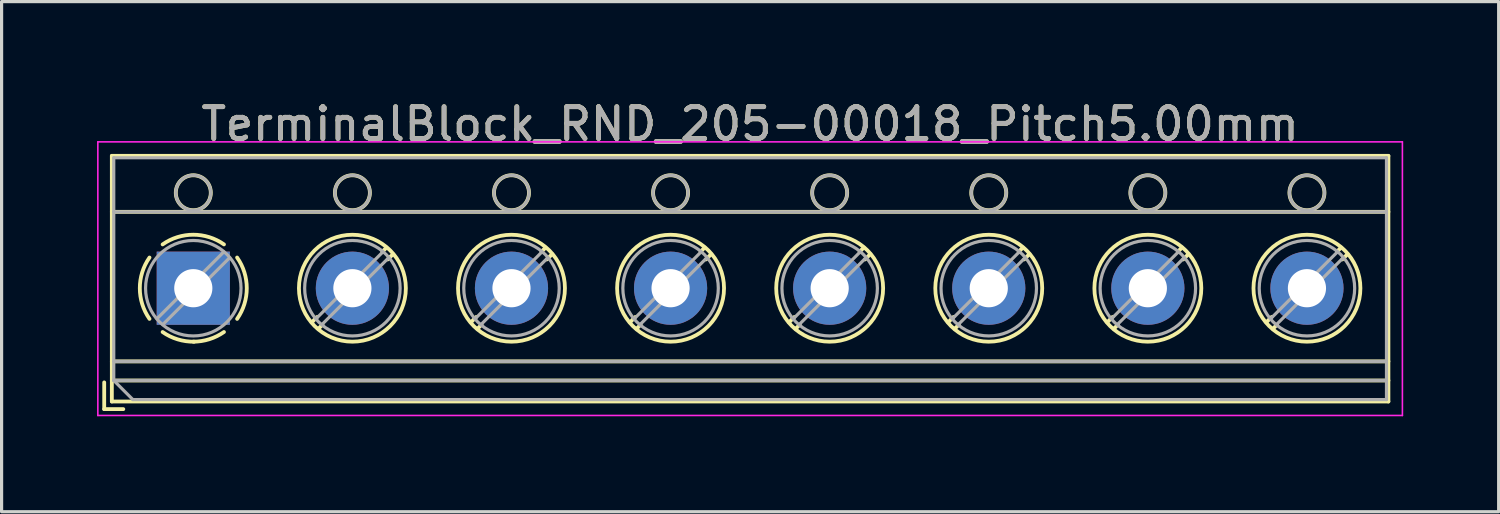
<source format=kicad_pcb>
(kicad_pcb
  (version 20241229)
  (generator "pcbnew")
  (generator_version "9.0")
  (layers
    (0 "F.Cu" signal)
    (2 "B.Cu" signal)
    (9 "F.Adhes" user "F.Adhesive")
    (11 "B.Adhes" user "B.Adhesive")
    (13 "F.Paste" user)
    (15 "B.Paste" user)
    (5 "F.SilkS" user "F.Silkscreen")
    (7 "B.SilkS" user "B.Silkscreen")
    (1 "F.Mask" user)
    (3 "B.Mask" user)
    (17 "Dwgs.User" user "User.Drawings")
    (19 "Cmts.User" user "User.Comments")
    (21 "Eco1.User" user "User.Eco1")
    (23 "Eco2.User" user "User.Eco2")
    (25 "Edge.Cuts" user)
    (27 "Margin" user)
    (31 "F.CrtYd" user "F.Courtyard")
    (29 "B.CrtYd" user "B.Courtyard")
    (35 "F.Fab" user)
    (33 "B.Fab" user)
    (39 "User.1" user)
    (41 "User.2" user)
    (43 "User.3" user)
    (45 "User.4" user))
  (footprint "TerminalBlock_RND_205-00018_Pitch5.00mm"
    (layer "F.Cu")
    (at 3.025 6.008)
    (property "Reference" "TerminalBlock_RND_205-00018_Pitch5.00mm" (at 17.5 -5.16 0) (layer "F.SilkS") (effects (font (size 1 1) (thickness 0.15))))
    (attr through_hole)
    (fp_line (start -2.8 2.96) (end -2.8 3.8) (stroke (width 0.12) (type solid)) (layer "F.SilkS"))
    (fp_line (start -2.8 3.8) (end -2.2 3.8) (stroke (width 0.12) (type solid)) (layer "F.SilkS"))
    (fp_line (start -2.56 -4.16) (end -2.56 3.56) (stroke (width 0.12) (type solid)) (layer "F.SilkS"))
    (fp_line (start -2.56 -2.4) (end 37.56 -2.4) (stroke (width 0.12) (type solid)) (layer "F.SilkS"))
    (fp_line (start -2.56 2.3) (end 37.56 2.3) (stroke (width 0.12) (type solid)) (layer "F.SilkS"))
    (fp_line (start -2.56 2.9) (end 37.56 2.9) (stroke (width 0.12) (type solid)) (layer "F.SilkS"))
    (fp_line (start -2.56 3.56) (end 37.56 3.56) (stroke (width 0.12) (type solid)) (layer "F.SilkS"))
    (fp_line (start 3.89 0.905) (end 3.726 1.069) (stroke (width 0.12) (type solid)) (layer "F.SilkS"))
    (fp_line (start 4.06 1.146) (end 3.931 1.274) (stroke (width 0.12) (type solid)) (layer "F.SilkS"))
    (fp_line (start 6.07 -1.275) (end 5.941 -1.146) (stroke (width 0.12) (type solid)) (layer "F.SilkS"))
    (fp_line (start 6.275 -1.069) (end 6.111 -0.905) (stroke (width 0.12) (type solid)) (layer "F.SilkS"))
    (fp_line (start 8.89 0.905) (end 8.726 1.069) (stroke (width 0.12) (type solid)) (layer "F.SilkS"))
    (fp_line (start 9.06 1.146) (end 8.931 1.274) (stroke (width 0.12) (type solid)) (layer "F.SilkS"))
    (fp_line (start 11.07 -1.275) (end 10.941 -1.146) (stroke (width 0.12) (type solid)) (layer "F.SilkS"))
    (fp_line (start 11.275 -1.069) (end 11.111 -0.905) (stroke (width 0.12) (type solid)) (layer "F.SilkS"))
    (fp_line (start 13.89 0.905) (end 13.726 1.069) (stroke (width 0.12) (type solid)) (layer "F.SilkS"))
    (fp_line (start 14.06 1.146) (end 13.931 1.274) (stroke (width 0.12) (type solid)) (layer "F.SilkS"))
    (fp_line (start 16.07 -1.275) (end 15.941 -1.146) (stroke (width 0.12) (type solid)) (layer "F.SilkS"))
    (fp_line (start 16.275 -1.069) (end 16.111 -0.905) (stroke (width 0.12) (type solid)) (layer "F.SilkS"))
    (fp_line (start 18.89 0.905) (end 18.726 1.069) (stroke (width 0.12) (type solid)) (layer "F.SilkS"))
    (fp_line (start 19.06 1.146) (end 18.931 1.274) (stroke (width 0.12) (type solid)) (layer "F.SilkS"))
    (fp_line (start 21.07 -1.275) (end 20.941 -1.146) (stroke (width 0.12) (type solid)) (layer "F.SilkS"))
    (fp_line (start 21.275 -1.069) (end 21.111 -0.905) (stroke (width 0.12) (type solid)) (layer "F.SilkS"))
    (fp_line (start 23.89 0.905) (end 23.726 1.069) (stroke (width 0.12) (type solid)) (layer "F.SilkS"))
    (fp_line (start 24.06 1.146) (end 23.931 1.274) (stroke (width 0.12) (type solid)) (layer "F.SilkS"))
    (fp_line (start 26.07 -1.275) (end 25.941 -1.146) (stroke (width 0.12) (type solid)) (layer "F.SilkS"))
    (fp_line (start 26.275 -1.069) (end 26.111 -0.905) (stroke (width 0.12) (type solid)) (layer "F.SilkS"))
    (fp_line (start 28.89 0.905) (end 28.726 1.069) (stroke (width 0.12) (type solid)) (layer "F.SilkS"))
    (fp_line (start 29.06 1.146) (end 28.931 1.274) (stroke (width 0.12) (type solid)) (layer "F.SilkS"))
    (fp_line (start 31.07 -1.275) (end 30.941 -1.146) (stroke (width 0.12) (type solid)) (layer "F.SilkS"))
    (fp_line (start 31.275 -1.069) (end 31.111 -0.905) (stroke (width 0.12) (type solid)) (layer "F.SilkS"))
    (fp_line (start 33.89 0.905) (end 33.726 1.069) (stroke (width 0.12) (type solid)) (layer "F.SilkS"))
    (fp_line (start 34.06 1.146) (end 33.931 1.274) (stroke (width 0.12) (type solid)) (layer "F.SilkS"))
    (fp_line (start 36.07 -1.275) (end 35.941 -1.146) (stroke (width 0.12) (type solid)) (layer "F.SilkS"))
    (fp_line (start 36.275 -1.069) (end 36.111 -0.905) (stroke (width 0.12) (type solid)) (layer "F.SilkS"))
    (fp_line (start 37.56 -4.16) (end -2.56 -4.16) (stroke (width 0.12) (type solid)) (layer "F.SilkS"))
    (fp_line (start 37.56 3.56) (end 37.56 -4.16) (stroke (width 0.12) (type solid)) (layer "F.SilkS"))
    (fp_arc (start -1.376825 0.964249) (mid -1.6809 0.000152) (end -1.377 -0.964) (stroke (width 0.12) (type solid)) (layer "F.SilkS"))
    (fp_arc (start -0.964249 -1.376825) (mid -0.000152 -1.6809) (end 0.964 -1.377) (stroke (width 0.12) (type solid)) (layer "F.SilkS"))
    (fp_arc (start 0.029488 1.680641) (mid -0.491302 1.607497) (end -0.964 1.377) (stroke (width 0.12) (type solid)) (layer "F.SilkS"))
    (fp_arc (start 0.963608 1.376175) (mid 0.505186 1.602244) (end 0 1.68) (stroke (width 0.12) (type solid)) (layer "F.SilkS"))
    (fp_arc (start 1.376825 -0.964249) (mid 1.6809 -0.000152) (end 1.377 0.964) (stroke (width 0.12) (type solid)) (layer "F.SilkS"))
    (fp_circle (center 0 -3) (end 0.55 -3) (stroke (width 0.12) (type solid)) (fill no) (layer "F.SilkS"))
    (fp_circle (center 5 -3) (end 5.55 -3) (stroke (width 0.12) (type solid)) (fill no) (layer "F.SilkS"))
    (fp_circle (center 5 0) (end 6.68 0) (stroke (width 0.12) (type solid)) (fill no) (layer "F.SilkS"))
    (fp_circle (center 10 -3) (end 10.55 -3) (stroke (width 0.12) (type solid)) (fill no) (layer "F.SilkS"))
    (fp_circle (center 10 0) (end 11.68 0) (stroke (width 0.12) (type solid)) (fill no) (layer "F.SilkS"))
    (fp_circle (center 15 -3) (end 15.55 -3) (stroke (width 0.12) (type solid)) (fill no) (layer "F.SilkS"))
    (fp_circle (center 15 0) (end 16.68 0) (stroke (width 0.12) (type solid)) (fill no) (layer "F.SilkS"))
    (fp_circle (center 20 -3) (end 20.55 -3) (stroke (width 0.12) (type solid)) (fill no) (layer "F.SilkS"))
    (fp_circle (center 20 0) (end 21.68 0) (stroke (width 0.12) (type solid)) (fill no) (layer "F.SilkS"))
    (fp_circle (center 25 -3) (end 25.55 -3) (stroke (width 0.12) (type solid)) (fill no) (layer "F.SilkS"))
    (fp_circle (center 25 0) (end 26.68 0) (stroke (width 0.12) (type solid)) (fill no) (layer "F.SilkS"))
    (fp_circle (center 30 -3) (end 30.55 -3) (stroke (width 0.12) (type solid)) (fill no) (layer "F.SilkS"))
    (fp_circle (center 30 0) (end 31.68 0) (stroke (width 0.12) (type solid)) (fill no) (layer "F.SilkS"))
    (fp_circle (center 35 -3) (end 35.55 -3) (stroke (width 0.12) (type solid)) (fill no) (layer "F.SilkS"))
    (fp_circle (center 35 0) (end 36.68 0) (stroke (width 0.12) (type solid)) (fill no) (layer "F.SilkS"))
    (fp_line (start -3 -4.6) (end -3 4) (stroke (width 0.05) (type solid)) (layer "F.CrtYd"))
    (fp_line (start -3 4) (end 38 4) (stroke (width 0.05) (type solid)) (layer "F.CrtYd"))
    (fp_line (start 38 -4.6) (end -3 -4.6) (stroke (width 0.05) (type solid)) (layer "F.CrtYd"))
    (fp_line (start 38 4) (end 38 -4.6) (stroke (width 0.05) (type solid)) (layer "F.CrtYd"))
    (fp_line (start -2.5 -4.1) (end 37.5 -4.1) (stroke (width 0.1) (type solid)) (layer "F.Fab"))
    (fp_line (start -2.5 -2.4) (end 37.5 -2.4) (stroke (width 0.1) (type solid)) (layer "F.Fab"))
    (fp_line (start -2.5 2.3) (end 37.5 2.3) (stroke (width 0.1) (type solid)) (layer "F.Fab"))
    (fp_line (start -2.5 2.9) (end -2.5 -4.1) (stroke (width 0.1) (type solid)) (layer "F.Fab"))
    (fp_line (start -2.5 2.9) (end 37.5 2.9) (stroke (width 0.1) (type solid)) (layer "F.Fab"))
    (fp_line (start -1.9 3.5) (end -2.5 2.9) (stroke (width 0.1) (type solid)) (layer "F.Fab"))
    (fp_line (start 0.955 -1.138) (end -1.138 0.955) (stroke (width 0.1) (type solid)) (layer "F.Fab"))
    (fp_line (start 1.138 -0.955) (end -0.955 1.138) (stroke (width 0.1) (type solid)) (layer "F.Fab"))
    (fp_line (start 5.955 -1.138) (end 3.863 0.955) (stroke (width 0.1) (type solid)) (layer "F.Fab"))
    (fp_line (start 6.138 -0.955) (end 4.046 1.138) (stroke (width 0.1) (type solid)) (layer "F.Fab"))
    (fp_line (start 10.955 -1.138) (end 8.863 0.955) (stroke (width 0.1) (type solid)) (layer "F.Fab"))
    (fp_line (start 11.138 -0.955) (end 9.046 1.138) (stroke (width 0.1) (type solid)) (layer "F.Fab"))
    (fp_line (start 15.955 -1.138) (end 13.863 0.955) (stroke (width 0.1) (type solid)) (layer "F.Fab"))
    (fp_line (start 16.138 -0.955) (end 14.046 1.138) (stroke (width 0.1) (type solid)) (layer "F.Fab"))
    (fp_line (start 20.955 -1.138) (end 18.863 0.955) (stroke (width 0.1) (type solid)) (layer "F.Fab"))
    (fp_line (start 21.138 -0.955) (end 19.046 1.138) (stroke (width 0.1) (type solid)) (layer "F.Fab"))
    (fp_line (start 25.955 -1.138) (end 23.863 0.955) (stroke (width 0.1) (type solid)) (layer "F.Fab"))
    (fp_line (start 26.138 -0.955) (end 24.046 1.138) (stroke (width 0.1) (type solid)) (layer "F.Fab"))
    (fp_line (start 30.955 -1.138) (end 28.863 0.955) (stroke (width 0.1) (type solid)) (layer "F.Fab"))
    (fp_line (start 31.138 -0.955) (end 29.046 1.138) (stroke (width 0.1) (type solid)) (layer "F.Fab"))
    (fp_line (start 35.955 -1.138) (end 33.863 0.955) (stroke (width 0.1) (type solid)) (layer "F.Fab"))
    (fp_line (start 36.138 -0.955) (end 34.046 1.138) (stroke (width 0.1) (type solid)) (layer "F.Fab"))
    (fp_line (start 37.5 -4.1) (end 37.5 3.5) (stroke (width 0.1) (type solid)) (layer "F.Fab"))
    (fp_line (start 37.5 3.5) (end -1.9 3.5) (stroke (width 0.1) (type solid)) (layer "F.Fab"))
    (fp_circle (center 0 -3) (end 0.55 -3) (stroke (width 0.1) (type solid)) (fill no) (layer "F.Fab"))
    (fp_circle (center 0 0) (end 1.5 0) (stroke (width 0.1) (type solid)) (fill no) (layer "F.Fab"))
    (fp_circle (center 5 -3) (end 5.55 -3) (stroke (width 0.1) (type solid)) (fill no) (layer "F.Fab"))
    (fp_circle (center 5 0) (end 6.5 0) (stroke (width 0.1) (type solid)) (fill no) (layer "F.Fab"))
    (fp_circle (center 10 -3) (end 10.55 -3) (stroke (width 0.1) (type solid)) (fill no) (layer "F.Fab"))
    (fp_circle (center 10 0) (end 11.5 0) (stroke (width 0.1) (type solid)) (fill no) (layer "F.Fab"))
    (fp_circle (center 15 -3) (end 15.55 -3) (stroke (width 0.1) (type solid)) (fill no) (layer "F.Fab"))
    (fp_circle (center 15 0) (end 16.5 0) (stroke (width 0.1) (type solid)) (fill no) (layer "F.Fab"))
    (fp_circle (center 20 -3) (end 20.55 -3) (stroke (width 0.1) (type solid)) (fill no) (layer "F.Fab"))
    (fp_circle (center 20 0) (end 21.5 0) (stroke (width 0.1) (type solid)) (fill no) (layer "F.Fab"))
    (fp_circle (center 25 -3) (end 25.55 -3) (stroke (width 0.1) (type solid)) (fill no) (layer "F.Fab"))
    (fp_circle (center 25 0) (end 26.5 0) (stroke (width 0.1) (type solid)) (fill no) (layer "F.Fab"))
    (fp_circle (center 30 -3) (end 30.55 -3) (stroke (width 0.1) (type solid)) (fill no) (layer "F.Fab"))
    (fp_circle (center 30 0) (end 31.5 0) (stroke (width 0.1) (type solid)) (fill no) (layer "F.Fab"))
    (fp_circle (center 35 -3) (end 35.55 -3) (stroke (width 0.1) (type solid)) (fill no) (layer "F.Fab"))
    (fp_circle (center 35 0) (end 36.5 0) (stroke (width 0.1) (type solid)) (fill no) (layer "F.Fab"))
    (fp_text user "${REFERENCE}" (at 17.5 -5.16 0) (layer "F.Fab") (effects (font (size 1 1) (thickness 0.15))))
    (pad "1" thru_hole rect (at 0 0) (size 2.3 2.3) (drill 1.2) (layers "*.Cu" "*.Mask"))
    (pad "2" thru_hole circle (at 5 0) (size 2.3 2.3) (drill 1.2) (layers "*.Cu" "*.Mask"))
    (pad "3" thru_hole circle (at 10 0) (size 2.3 2.3) (drill 1.2) (layers "*.Cu" "*.Mask"))
    (pad "4" thru_hole circle (at 15 0) (size 2.3 2.3) (drill 1.2) (layers "*.Cu" "*.Mask"))
    (pad "5" thru_hole circle (at 20 0) (size 2.3 2.3) (drill 1.2) (layers "*.Cu" "*.Mask"))
    (pad "6" thru_hole circle (at 25 0) (size 2.3 2.3) (drill 1.2) (layers "*.Cu" "*.Mask"))
    (pad "7" thru_hole circle (at 30 0) (size 2.3 2.3) (drill 1.2) (layers "*.Cu" "*.Mask"))
    (pad "8" thru_hole circle (at 35 0) (size 2.3 2.3) (drill 1.2) (layers "*.Cu" "*.Mask")))
  (gr_rect
    (start -3 -3)
    (end 44.05 13.033)
    (stroke (width 0.1) (type default))
    (fill no)
    (layer "Edge.Cuts")))
</source>
